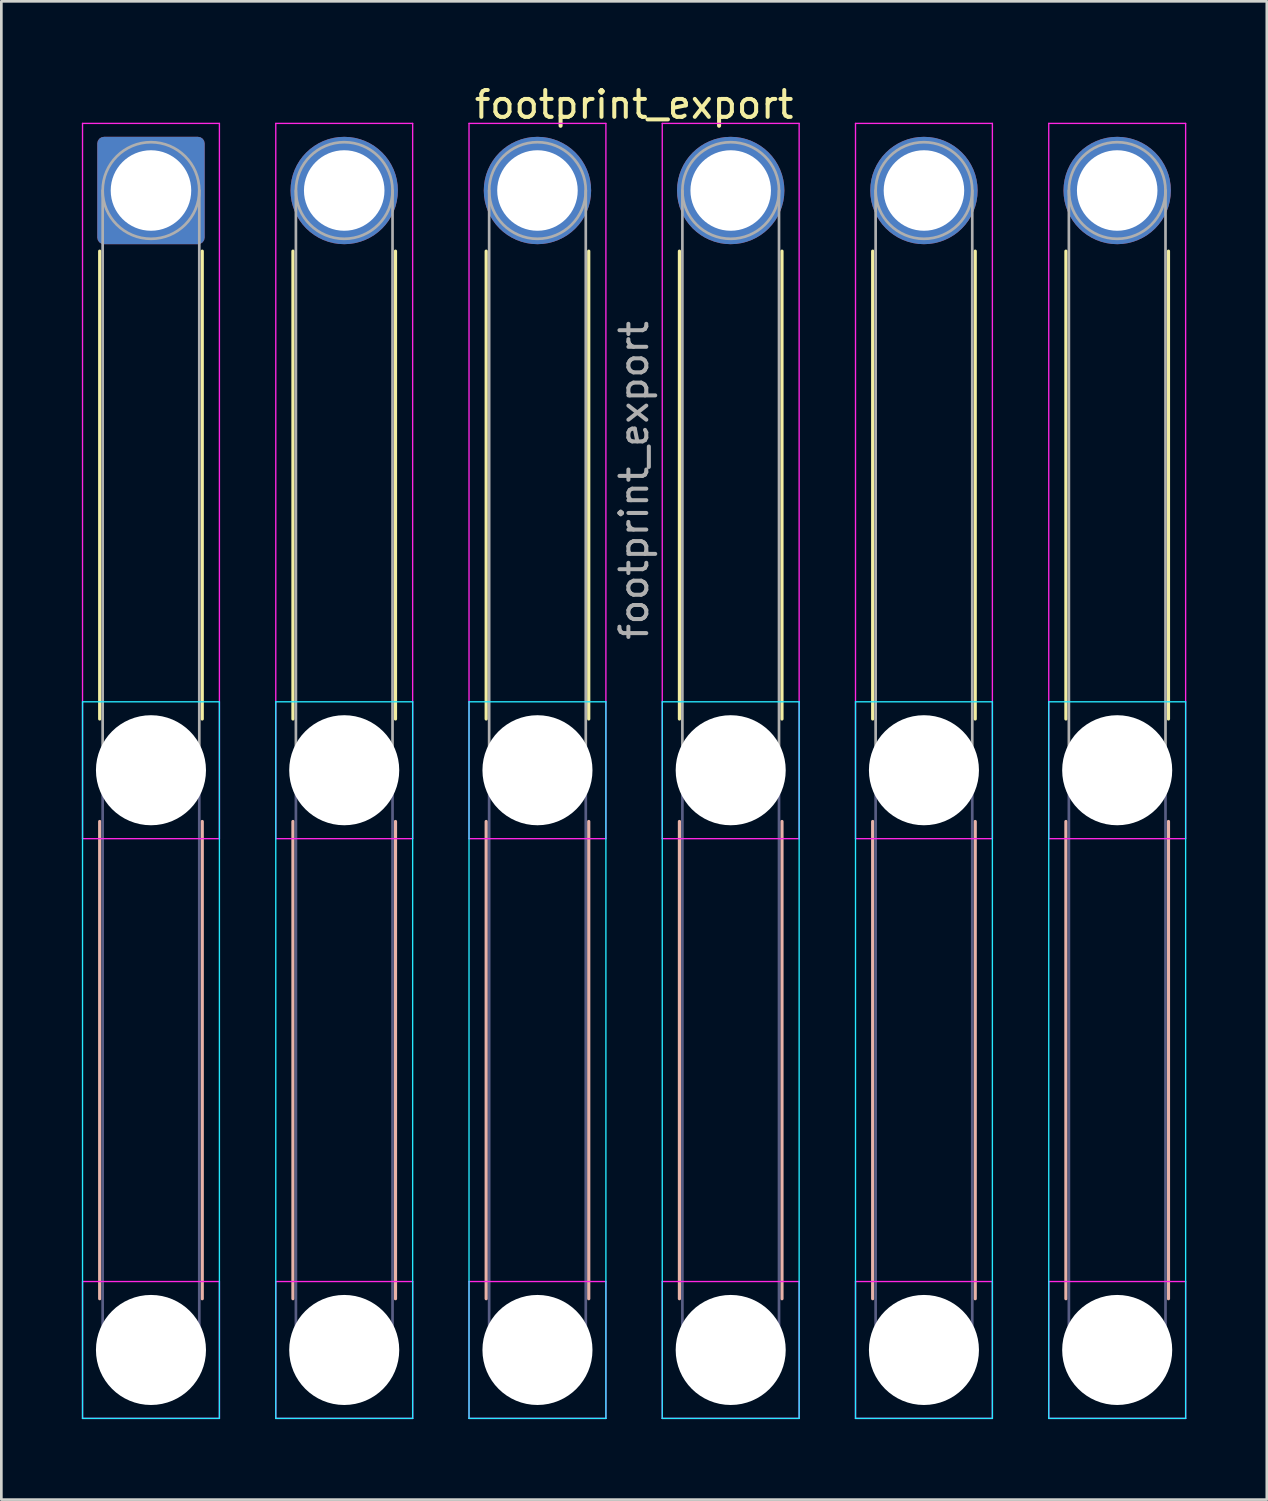
<source format=kicad_pcb>
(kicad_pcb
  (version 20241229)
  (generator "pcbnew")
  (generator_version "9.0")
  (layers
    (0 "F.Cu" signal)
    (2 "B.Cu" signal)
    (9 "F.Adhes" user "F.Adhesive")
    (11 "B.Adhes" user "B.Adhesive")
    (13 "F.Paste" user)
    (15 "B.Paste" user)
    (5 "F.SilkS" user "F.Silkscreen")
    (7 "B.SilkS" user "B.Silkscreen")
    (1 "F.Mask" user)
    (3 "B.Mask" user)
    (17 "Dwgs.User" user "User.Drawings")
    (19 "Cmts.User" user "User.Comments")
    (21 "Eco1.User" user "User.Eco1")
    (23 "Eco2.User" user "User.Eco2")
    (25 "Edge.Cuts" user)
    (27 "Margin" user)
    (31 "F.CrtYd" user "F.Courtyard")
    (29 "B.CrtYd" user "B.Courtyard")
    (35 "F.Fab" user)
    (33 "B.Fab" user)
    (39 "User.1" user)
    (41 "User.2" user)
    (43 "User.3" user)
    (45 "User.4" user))
  (footprint "footprint_export"
    (layer "F.Cu")
    (at 2.575 4.048)
    (property "Reference" "footprint_export" (at 18 -3.2 0) (layer "F.SilkS") (effects (font (size 1 1) (thickness 0.15))))
    (attr exclude_from_pos_files exclude_from_bom)
    (fp_line (start -1.91 2.26) (end -1.91 19.69) (stroke (width 0.12) (type solid)) (layer "F.SilkS"))
    (fp_line (start 1.91 2.26) (end 1.91 19.69) (stroke (width 0.12) (type solid)) (layer "F.SilkS"))
    (fp_line (start 5.29 2.26) (end 5.29 19.69) (stroke (width 0.12) (type solid)) (layer "F.SilkS"))
    (fp_line (start 9.11 2.26) (end 9.11 19.69) (stroke (width 0.12) (type solid)) (layer "F.SilkS"))
    (fp_line (start 12.49 2.26) (end 12.49 19.69) (stroke (width 0.12) (type solid)) (layer "F.SilkS"))
    (fp_line (start 16.31 2.26) (end 16.31 19.69) (stroke (width 0.12) (type solid)) (layer "F.SilkS"))
    (fp_line (start 19.69 2.26) (end 19.69 19.69) (stroke (width 0.12) (type solid)) (layer "F.SilkS"))
    (fp_line (start 23.51 2.26) (end 23.51 19.69) (stroke (width 0.12) (type solid)) (layer "F.SilkS"))
    (fp_line (start 26.89 2.26) (end 26.89 19.69) (stroke (width 0.12) (type solid)) (layer "F.SilkS"))
    (fp_line (start 30.71 2.26) (end 30.71 19.69) (stroke (width 0.12) (type solid)) (layer "F.SilkS"))
    (fp_line (start 34.09 2.26) (end 34.09 19.69) (stroke (width 0.12) (type solid)) (layer "F.SilkS"))
    (fp_line (start 37.91 2.26) (end 37.91 19.69) (stroke (width 0.12) (type solid)) (layer "F.SilkS"))
    (fp_line (start -1.91 23.51) (end -1.91 41.29) (stroke (width 0.12) (type solid)) (layer "B.SilkS"))
    (fp_line (start 1.91 23.51) (end 1.91 41.29) (stroke (width 0.12) (type solid)) (layer "B.SilkS"))
    (fp_line (start 5.29 23.51) (end 5.29 41.29) (stroke (width 0.12) (type solid)) (layer "B.SilkS"))
    (fp_line (start 9.11 23.51) (end 9.11 41.29) (stroke (width 0.12) (type solid)) (layer "B.SilkS"))
    (fp_line (start 12.49 23.51) (end 12.49 41.29) (stroke (width 0.12) (type solid)) (layer "B.SilkS"))
    (fp_line (start 16.31 23.51) (end 16.31 41.29) (stroke (width 0.12) (type solid)) (layer "B.SilkS"))
    (fp_line (start 19.69 23.51) (end 19.69 41.29) (stroke (width 0.12) (type solid)) (layer "B.SilkS"))
    (fp_line (start 23.51 23.51) (end 23.51 41.29) (stroke (width 0.12) (type solid)) (layer "B.SilkS"))
    (fp_line (start 26.89 23.51) (end 26.89 41.29) (stroke (width 0.12) (type solid)) (layer "B.SilkS"))
    (fp_line (start 30.71 23.51) (end 30.71 41.29) (stroke (width 0.12) (type solid)) (layer "B.SilkS"))
    (fp_line (start 34.09 23.51) (end 34.09 41.29) (stroke (width 0.12) (type solid)) (layer "B.SilkS"))
    (fp_line (start 37.91 23.51) (end 37.91 41.29) (stroke (width 0.12) (type solid)) (layer "B.SilkS"))
    (fp_line (start -2.55 19.05) (end -2.55 45.75) (stroke (width 0.05) (type solid)) (layer "B.CrtYd"))
    (fp_line (start -2.55 45.75) (end 2.55 45.75) (stroke (width 0.05) (type solid)) (layer "B.CrtYd"))
    (fp_line (start 2.55 19.05) (end -2.55 19.05) (stroke (width 0.05) (type solid)) (layer "B.CrtYd"))
    (fp_line (start 2.55 45.75) (end 2.55 19.05) (stroke (width 0.05) (type solid)) (layer "B.CrtYd"))
    (fp_line (start 4.65 19.05) (end 4.65 45.75) (stroke (width 0.05) (type solid)) (layer "B.CrtYd"))
    (fp_line (start 4.65 45.75) (end 9.75 45.75) (stroke (width 0.05) (type solid)) (layer "B.CrtYd"))
    (fp_line (start 9.75 19.05) (end 4.65 19.05) (stroke (width 0.05) (type solid)) (layer "B.CrtYd"))
    (fp_line (start 9.75 45.75) (end 9.75 19.05) (stroke (width 0.05) (type solid)) (layer "B.CrtYd"))
    (fp_line (start 11.85 19.05) (end 11.85 45.75) (stroke (width 0.05) (type solid)) (layer "B.CrtYd"))
    (fp_line (start 11.85 45.75) (end 16.95 45.75) (stroke (width 0.05) (type solid)) (layer "B.CrtYd"))
    (fp_line (start 16.95 19.05) (end 11.85 19.05) (stroke (width 0.05) (type solid)) (layer "B.CrtYd"))
    (fp_line (start 16.95 45.75) (end 16.95 19.05) (stroke (width 0.05) (type solid)) (layer "B.CrtYd"))
    (fp_line (start 19.05 19.05) (end 19.05 45.75) (stroke (width 0.05) (type solid)) (layer "B.CrtYd"))
    (fp_line (start 19.05 45.75) (end 24.15 45.75) (stroke (width 0.05) (type solid)) (layer "B.CrtYd"))
    (fp_line (start 24.15 19.05) (end 19.05 19.05) (stroke (width 0.05) (type solid)) (layer "B.CrtYd"))
    (fp_line (start 24.15 45.75) (end 24.15 19.05) (stroke (width 0.05) (type solid)) (layer "B.CrtYd"))
    (fp_line (start 26.25 19.05) (end 26.25 45.75) (stroke (width 0.05) (type solid)) (layer "B.CrtYd"))
    (fp_line (start 26.25 45.75) (end 31.35 45.75) (stroke (width 0.05) (type solid)) (layer "B.CrtYd"))
    (fp_line (start 31.35 19.05) (end 26.25 19.05) (stroke (width 0.05) (type solid)) (layer "B.CrtYd"))
    (fp_line (start 31.35 45.75) (end 31.35 19.05) (stroke (width 0.05) (type solid)) (layer "B.CrtYd"))
    (fp_line (start 33.45 19.05) (end 33.45 45.75) (stroke (width 0.05) (type solid)) (layer "B.CrtYd"))
    (fp_line (start 33.45 45.75) (end 38.55 45.75) (stroke (width 0.05) (type solid)) (layer "B.CrtYd"))
    (fp_line (start 38.55 19.05) (end 33.45 19.05) (stroke (width 0.05) (type solid)) (layer "B.CrtYd"))
    (fp_line (start 38.55 45.75) (end 38.55 19.05) (stroke (width 0.05) (type solid)) (layer "B.CrtYd"))
    (fp_line (start -2.55 -2.5) (end -2.55 24.15) (stroke (width 0.05) (type solid)) (layer "F.CrtYd"))
    (fp_line (start -2.55 24.15) (end 2.55 24.15) (stroke (width 0.05) (type solid)) (layer "F.CrtYd"))
    (fp_line (start -2.55 40.65) (end -2.55 45.75) (stroke (width 0.05) (type solid)) (layer "F.CrtYd"))
    (fp_line (start -2.55 45.75) (end 2.55 45.75) (stroke (width 0.05) (type solid)) (layer "F.CrtYd"))
    (fp_line (start 2.55 -2.5) (end -2.55 -2.5) (stroke (width 0.05) (type solid)) (layer "F.CrtYd"))
    (fp_line (start 2.55 24.15) (end 2.55 -2.5) (stroke (width 0.05) (type solid)) (layer "F.CrtYd"))
    (fp_line (start 2.55 40.65) (end -2.55 40.65) (stroke (width 0.05) (type solid)) (layer "F.CrtYd"))
    (fp_line (start 2.55 45.75) (end 2.55 40.65) (stroke (width 0.05) (type solid)) (layer "F.CrtYd"))
    (fp_line (start 4.65 -2.5) (end 4.65 24.15) (stroke (width 0.05) (type solid)) (layer "F.CrtYd"))
    (fp_line (start 4.65 24.15) (end 9.75 24.15) (stroke (width 0.05) (type solid)) (layer "F.CrtYd"))
    (fp_line (start 4.65 40.65) (end 4.65 45.75) (stroke (width 0.05) (type solid)) (layer "F.CrtYd"))
    (fp_line (start 4.65 45.75) (end 9.75 45.75) (stroke (width 0.05) (type solid)) (layer "F.CrtYd"))
    (fp_line (start 9.75 -2.5) (end 4.65 -2.5) (stroke (width 0.05) (type solid)) (layer "F.CrtYd"))
    (fp_line (start 9.75 24.15) (end 9.75 -2.5) (stroke (width 0.05) (type solid)) (layer "F.CrtYd"))
    (fp_line (start 9.75 40.65) (end 4.65 40.65) (stroke (width 0.05) (type solid)) (layer "F.CrtYd"))
    (fp_line (start 9.75 45.75) (end 9.75 40.65) (stroke (width 0.05) (type solid)) (layer "F.CrtYd"))
    (fp_line (start 11.85 -2.5) (end 11.85 24.15) (stroke (width 0.05) (type solid)) (layer "F.CrtYd"))
    (fp_line (start 11.85 24.15) (end 16.95 24.15) (stroke (width 0.05) (type solid)) (layer "F.CrtYd"))
    (fp_line (start 11.85 40.65) (end 11.85 45.75) (stroke (width 0.05) (type solid)) (layer "F.CrtYd"))
    (fp_line (start 11.85 45.75) (end 16.95 45.75) (stroke (width 0.05) (type solid)) (layer "F.CrtYd"))
    (fp_line (start 16.95 -2.5) (end 11.85 -2.5) (stroke (width 0.05) (type solid)) (layer "F.CrtYd"))
    (fp_line (start 16.95 24.15) (end 16.95 -2.5) (stroke (width 0.05) (type solid)) (layer "F.CrtYd"))
    (fp_line (start 16.95 40.65) (end 11.85 40.65) (stroke (width 0.05) (type solid)) (layer "F.CrtYd"))
    (fp_line (start 16.95 45.75) (end 16.95 40.65) (stroke (width 0.05) (type solid)) (layer "F.CrtYd"))
    (fp_line (start 19.05 -2.5) (end 19.05 24.15) (stroke (width 0.05) (type solid)) (layer "F.CrtYd"))
    (fp_line (start 19.05 24.15) (end 24.15 24.15) (stroke (width 0.05) (type solid)) (layer "F.CrtYd"))
    (fp_line (start 19.05 40.65) (end 19.05 45.75) (stroke (width 0.05) (type solid)) (layer "F.CrtYd"))
    (fp_line (start 19.05 45.75) (end 24.15 45.75) (stroke (width 0.05) (type solid)) (layer "F.CrtYd"))
    (fp_line (start 24.15 -2.5) (end 19.05 -2.5) (stroke (width 0.05) (type solid)) (layer "F.CrtYd"))
    (fp_line (start 24.15 24.15) (end 24.15 -2.5) (stroke (width 0.05) (type solid)) (layer "F.CrtYd"))
    (fp_line (start 24.15 40.65) (end 19.05 40.65) (stroke (width 0.05) (type solid)) (layer "F.CrtYd"))
    (fp_line (start 24.15 45.75) (end 24.15 40.65) (stroke (width 0.05) (type solid)) (layer "F.CrtYd"))
    (fp_line (start 26.25 -2.5) (end 26.25 24.15) (stroke (width 0.05) (type solid)) (layer "F.CrtYd"))
    (fp_line (start 26.25 24.15) (end 31.35 24.15) (stroke (width 0.05) (type solid)) (layer "F.CrtYd"))
    (fp_line (start 26.25 40.65) (end 26.25 45.75) (stroke (width 0.05) (type solid)) (layer "F.CrtYd"))
    (fp_line (start 26.25 45.75) (end 31.35 45.75) (stroke (width 0.05) (type solid)) (layer "F.CrtYd"))
    (fp_line (start 31.35 -2.5) (end 26.25 -2.5) (stroke (width 0.05) (type solid)) (layer "F.CrtYd"))
    (fp_line (start 31.35 24.15) (end 31.35 -2.5) (stroke (width 0.05) (type solid)) (layer "F.CrtYd"))
    (fp_line (start 31.35 40.65) (end 26.25 40.65) (stroke (width 0.05) (type solid)) (layer "F.CrtYd"))
    (fp_line (start 31.35 45.75) (end 31.35 40.65) (stroke (width 0.05) (type solid)) (layer "F.CrtYd"))
    (fp_line (start 33.45 -2.5) (end 33.45 24.15) (stroke (width 0.05) (type solid)) (layer "F.CrtYd"))
    (fp_line (start 33.45 24.15) (end 38.55 24.15) (stroke (width 0.05) (type solid)) (layer "F.CrtYd"))
    (fp_line (start 33.45 40.65) (end 33.45 45.75) (stroke (width 0.05) (type solid)) (layer "F.CrtYd"))
    (fp_line (start 33.45 45.75) (end 38.55 45.75) (stroke (width 0.05) (type solid)) (layer "F.CrtYd"))
    (fp_line (start 38.55 -2.5) (end 33.45 -2.5) (stroke (width 0.05) (type solid)) (layer "F.CrtYd"))
    (fp_line (start 38.55 24.15) (end 38.55 -2.5) (stroke (width 0.05) (type solid)) (layer "F.CrtYd"))
    (fp_line (start 38.55 40.65) (end 33.45 40.65) (stroke (width 0.05) (type solid)) (layer "F.CrtYd"))
    (fp_line (start 38.55 45.75) (end 38.55 40.65) (stroke (width 0.05) (type solid)) (layer "F.CrtYd"))
    (fp_line (start -1.8 21.6) (end -1.8 43.2) (stroke (width 0.1) (type solid)) (layer "B.Fab"))
    (fp_line (start 1.8 21.6) (end 1.8 43.2) (stroke (width 0.1) (type solid)) (layer "B.Fab"))
    (fp_line (start 5.4 21.6) (end 5.4 43.2) (stroke (width 0.1) (type solid)) (layer "B.Fab"))
    (fp_line (start 9 21.6) (end 9 43.2) (stroke (width 0.1) (type solid)) (layer "B.Fab"))
    (fp_line (start 12.6 21.6) (end 12.6 43.2) (stroke (width 0.1) (type solid)) (layer "B.Fab"))
    (fp_line (start 16.2 21.6) (end 16.2 43.2) (stroke (width 0.1) (type solid)) (layer "B.Fab"))
    (fp_line (start 19.8 21.6) (end 19.8 43.2) (stroke (width 0.1) (type solid)) (layer "B.Fab"))
    (fp_line (start 23.4 21.6) (end 23.4 43.2) (stroke (width 0.1) (type solid)) (layer "B.Fab"))
    (fp_line (start 27 21.6) (end 27 43.2) (stroke (width 0.1) (type solid)) (layer "B.Fab"))
    (fp_line (start 30.6 21.6) (end 30.6 43.2) (stroke (width 0.1) (type solid)) (layer "B.Fab"))
    (fp_line (start 34.2 21.6) (end 34.2 43.2) (stroke (width 0.1) (type solid)) (layer "B.Fab"))
    (fp_line (start 37.8 21.6) (end 37.8 43.2) (stroke (width 0.1) (type solid)) (layer "B.Fab"))
    (fp_circle (center 0 21.6) (end 1.8 21.6) (stroke (width 0.1) (type solid)) (fill no) (layer "B.Fab"))
    (fp_circle (center 0 43.2) (end 1.8 43.2) (stroke (width 0.1) (type solid)) (fill no) (layer "B.Fab"))
    (fp_circle (center 7.2 21.6) (end 9 21.6) (stroke (width 0.1) (type solid)) (fill no) (layer "B.Fab"))
    (fp_circle (center 7.2 43.2) (end 9 43.2) (stroke (width 0.1) (type solid)) (fill no) (layer "B.Fab"))
    (fp_circle (center 14.4 21.6) (end 16.2 21.6) (stroke (width 0.1) (type solid)) (fill no) (layer "B.Fab"))
    (fp_circle (center 14.4 43.2) (end 16.2 43.2) (stroke (width 0.1) (type solid)) (fill no) (layer "B.Fab"))
    (fp_circle (center 21.6 21.6) (end 23.4 21.6) (stroke (width 0.1) (type solid)) (fill no) (layer "B.Fab"))
    (fp_circle (center 21.6 43.2) (end 23.4 43.2) (stroke (width 0.1) (type solid)) (fill no) (layer "B.Fab"))
    (fp_circle (center 28.8 21.6) (end 30.6 21.6) (stroke (width 0.1) (type solid)) (fill no) (layer "B.Fab"))
    (fp_circle (center 28.8 43.2) (end 30.6 43.2) (stroke (width 0.1) (type solid)) (fill no) (layer "B.Fab"))
    (fp_circle (center 36 21.6) (end 37.8 21.6) (stroke (width 0.1) (type solid)) (fill no) (layer "B.Fab"))
    (fp_circle (center 36 43.2) (end 37.8 43.2) (stroke (width 0.1) (type solid)) (fill no) (layer "B.Fab"))
    (fp_line (start -1.8 0) (end -1.8 21.6) (stroke (width 0.1) (type solid)) (layer "F.Fab"))
    (fp_line (start 1.8 0) (end 1.8 21.6) (stroke (width 0.1) (type solid)) (layer "F.Fab"))
    (fp_line (start 5.4 0) (end 5.4 21.6) (stroke (width 0.1) (type solid)) (layer "F.Fab"))
    (fp_line (start 9 0) (end 9 21.6) (stroke (width 0.1) (type solid)) (layer "F.Fab"))
    (fp_line (start 12.6 0) (end 12.6 21.6) (stroke (width 0.1) (type solid)) (layer "F.Fab"))
    (fp_line (start 16.2 0) (end 16.2 21.6) (stroke (width 0.1) (type solid)) (layer "F.Fab"))
    (fp_line (start 19.8 0) (end 19.8 21.6) (stroke (width 0.1) (type solid)) (layer "F.Fab"))
    (fp_line (start 23.4 0) (end 23.4 21.6) (stroke (width 0.1) (type solid)) (layer "F.Fab"))
    (fp_line (start 27 0) (end 27 21.6) (stroke (width 0.1) (type solid)) (layer "F.Fab"))
    (fp_line (start 30.6 0) (end 30.6 21.6) (stroke (width 0.1) (type solid)) (layer "F.Fab"))
    (fp_line (start 34.2 0) (end 34.2 21.6) (stroke (width 0.1) (type solid)) (layer "F.Fab"))
    (fp_line (start 37.8 0) (end 37.8 21.6) (stroke (width 0.1) (type solid)) (layer "F.Fab"))
    (fp_circle (center 0 0) (end 1.8 0) (stroke (width 0.1) (type solid)) (fill no) (layer "F.Fab"))
    (fp_circle (center 0 21.6) (end 1.8 21.6) (stroke (width 0.1) (type solid)) (fill no) (layer "F.Fab"))
    (fp_circle (center 0 43.2) (end 1.8 43.2) (stroke (width 0.1) (type solid)) (fill no) (layer "F.Fab"))
    (fp_circle (center 7.2 0) (end 9 0) (stroke (width 0.1) (type solid)) (fill no) (layer "F.Fab"))
    (fp_circle (center 7.2 21.6) (end 9 21.6) (stroke (width 0.1) (type solid)) (fill no) (layer "F.Fab"))
    (fp_circle (center 7.2 43.2) (end 9 43.2) (stroke (width 0.1) (type solid)) (fill no) (layer "F.Fab"))
    (fp_circle (center 14.4 0) (end 16.2 0) (stroke (width 0.1) (type solid)) (fill no) (layer "F.Fab"))
    (fp_circle (center 14.4 21.6) (end 16.2 21.6) (stroke (width 0.1) (type solid)) (fill no) (layer "F.Fab"))
    (fp_circle (center 14.4 43.2) (end 16.2 43.2) (stroke (width 0.1) (type solid)) (fill no) (layer "F.Fab"))
    (fp_circle (center 21.6 0) (end 23.4 0) (stroke (width 0.1) (type solid)) (fill no) (layer "F.Fab"))
    (fp_circle (center 21.6 21.6) (end 23.4 21.6) (stroke (width 0.1) (type solid)) (fill no) (layer "F.Fab"))
    (fp_circle (center 21.6 43.2) (end 23.4 43.2) (stroke (width 0.1) (type solid)) (fill no) (layer "F.Fab"))
    (fp_circle (center 28.8 0) (end 30.6 0) (stroke (width 0.1) (type solid)) (fill no) (layer "F.Fab"))
    (fp_circle (center 28.8 21.6) (end 30.6 21.6) (stroke (width 0.1) (type solid)) (fill no) (layer "F.Fab"))
    (fp_circle (center 28.8 43.2) (end 30.6 43.2) (stroke (width 0.1) (type solid)) (fill no) (layer "F.Fab"))
    (fp_circle (center 36 0) (end 37.8 0) (stroke (width 0.1) (type solid)) (fill no) (layer "F.Fab"))
    (fp_circle (center 36 21.6) (end 37.8 21.6) (stroke (width 0.1) (type solid)) (fill no) (layer "F.Fab"))
    (fp_circle (center 36 43.2) (end 37.8 43.2) (stroke (width 0.1) (type solid)) (fill no) (layer "F.Fab"))
    (fp_text user "${REFERENCE}" (at 18 10.8 90) (layer "F.Fab") (effects (font (size 1 1) (thickness 0.15))))
    (pad "" np_thru_hole circle (at 0 21.6) (size 4.1 4.1) (drill 4.1) (layers "*.Cu" "*.Mask"))
    (pad "" np_thru_hole circle (at 0 43.2) (size 4.1 4.1) (drill 4.1) (layers "*.Cu" "*.Mask"))
    (pad "" np_thru_hole circle (at 7.2 21.6) (size 4.1 4.1) (drill 4.1) (layers "*.Cu" "*.Mask"))
    (pad "" np_thru_hole circle (at 7.2 43.2) (size 4.1 4.1) (drill 4.1) (layers "*.Cu" "*.Mask"))
    (pad "" np_thru_hole circle (at 14.4 21.6) (size 4.1 4.1) (drill 4.1) (layers "*.Cu" "*.Mask"))
    (pad "" np_thru_hole circle (at 14.4 43.2) (size 4.1 4.1) (drill 4.1) (layers "*.Cu" "*.Mask"))
    (pad "" np_thru_hole circle (at 21.6 21.6) (size 4.1 4.1) (drill 4.1) (layers "*.Cu" "*.Mask"))
    (pad "" np_thru_hole circle (at 21.6 43.2) (size 4.1 4.1) (drill 4.1) (layers "*.Cu" "*.Mask"))
    (pad "" np_thru_hole circle (at 28.8 21.6) (size 4.1 4.1) (drill 4.1) (layers "*.Cu" "*.Mask"))
    (pad "" np_thru_hole circle (at 28.8 43.2) (size 4.1 4.1) (drill 4.1) (layers "*.Cu" "*.Mask"))
    (pad "" np_thru_hole circle (at 36 21.6) (size 4.1 4.1) (drill 4.1) (layers "*.Cu" "*.Mask"))
    (pad "" np_thru_hole circle (at 36 43.2) (size 4.1 4.1) (drill 4.1) (layers "*.Cu" "*.Mask"))
    (pad "1" thru_hole roundrect (at 0 0) (size 4 4) (drill 3) (layers "*.Cu" "*.Mask") (roundrect_rratio 0.062))
    (pad "2" thru_hole circle (at 7.2 0) (size 4 4) (drill 3) (layers "*.Cu" "*.Mask"))
    (pad "3" thru_hole circle (at 14.4 0) (size 4 4) (drill 3) (layers "*.Cu" "*.Mask"))
    (pad "4" thru_hole circle (at 21.6 0) (size 4 4) (drill 3) (layers "*.Cu" "*.Mask"))
    (pad "5" thru_hole circle (at 28.8 0) (size 4 4) (drill 3) (layers "*.Cu" "*.Mask"))
    (pad "6" thru_hole circle (at 36 0) (size 4 4) (drill 3) (layers "*.Cu" "*.Mask")))
  (gr_rect
    (start -3 -3)
    (end 44.15 52.823)
    (stroke (width 0.1) (type default))
    (fill no)
    (layer "Edge.Cuts")))
</source>
